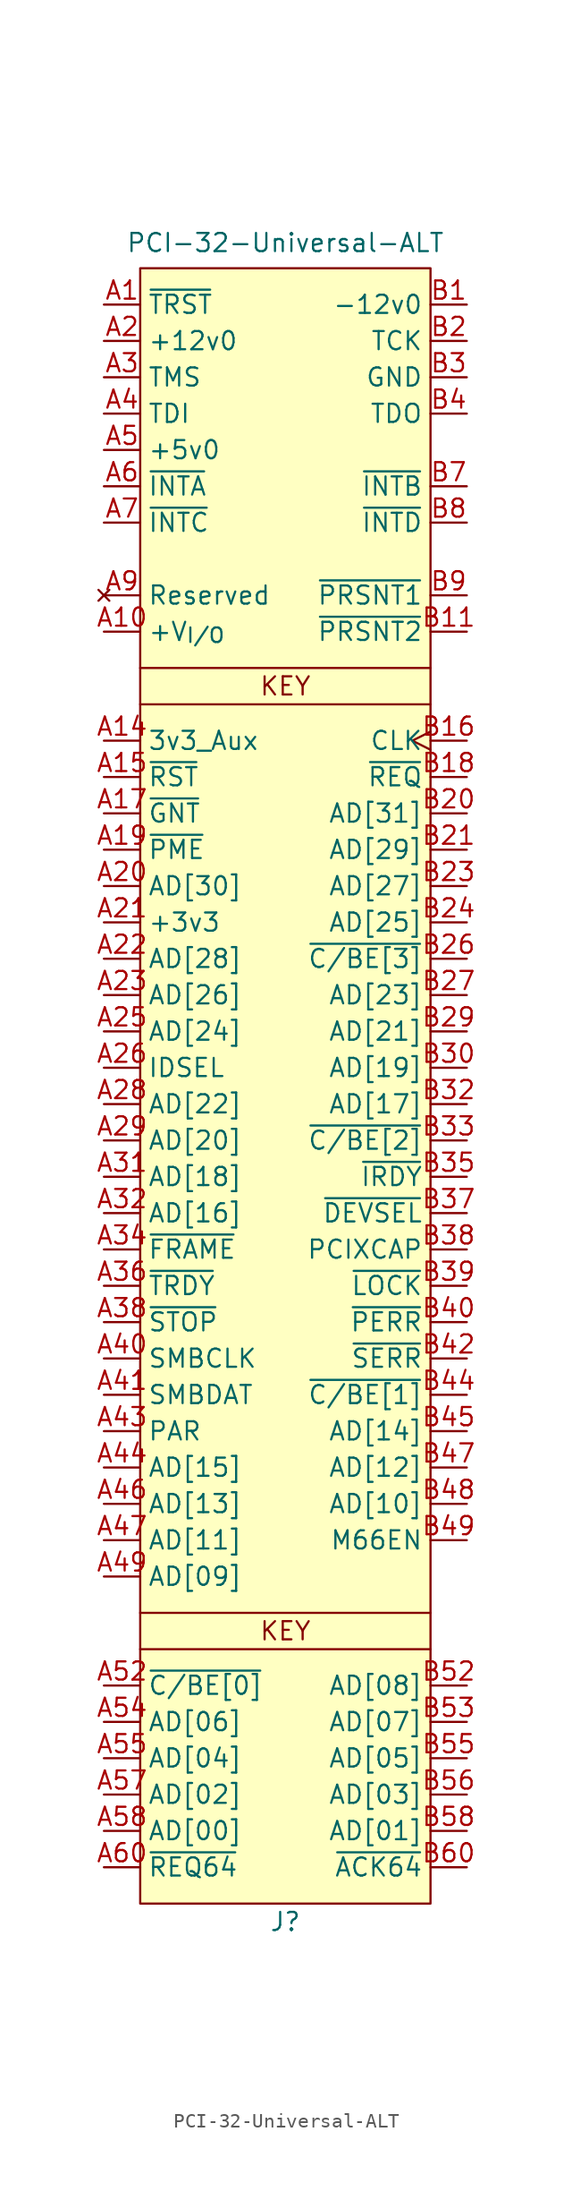
<source format=kicad_sym>
(kicad_symbol_lib
  (version 20241209)
  (generator "kicad_symbol_editor")
  (generator_version "9.0")
  (symbol "PCI-32-Universal-ALT"
    (property "Reference" "J"
      (at 0 -83.82 0)
      (effects (font (size 1.27 1.27))))
    (property "Value" "PCI-32-Universal-ALT"
      (at 0 33.528 0)
      (effects (font (size 1.27 1.27))))
    (symbol "PCI-32-Universal-ALT_1_1"
      (rectangle (start -10.16 31.75) (end 10.16 -82.55) (stroke (width 0) (type solid)) (fill (type background)))
      (polyline (pts (xy -10.16 3.81) (xy 10.16 3.81)) (stroke (width 0) (type default)) (fill (type none)))
      (polyline (pts (xy -10.16 1.27) (xy 10.16 1.27)) (stroke (width 0) (type default)) (fill (type none)))
      (polyline (pts (xy -10.16 -62.23) (xy 10.16 -62.23)) (stroke (width 0) (type default)) (fill (type none)))
      (polyline (pts (xy -10.16 -64.77) (xy 10.16 -64.77)) (stroke (width 0) (type default)) (fill (type none)))
      (text "KEY" (at 0 2.54 0) (effects (font (size 1.27 1.27))))
      (text "KEY" (at 0 -63.5 0) (effects (font (size 1.27 1.27))))
      (pin input line (at -12.7 29.21 0) (length 2.54) (name "~{TRST}" (effects (font (size 1.27 1.27)))) (number "A1" (effects (font (size 1.27 1.27)))))
      (pin power_in line (at -12.7 26.67 0) (length 2.54) (name "+12v0" (effects (font (size 1.27 1.27)))) (number "A2" (effects (font (size 1.27 1.27)))))
      (pin input line (at -12.7 24.13 0) (length 2.54) (name "TMS" (effects (font (size 1.27 1.27)))) (number "A3" (effects (font (size 1.27 1.27)))))
      (pin input line (at -12.7 21.59 0) (length 2.54) (name "TDI" (effects (font (size 1.27 1.27)))) (number "A4" (effects (font (size 1.27 1.27)))))
      (pin power_in line (at -12.7 19.05 0) (length 2.54) (name "+5v0" (effects (font (size 1.27 1.27)))) (number "A5" (effects (font (size 1.27 1.27)))))
      (pin passive line (at -12.7 19.05 0) (length 2.54) (hide yes) (name "+5v0" (effects (font (size 1.27 1.27)))) (number "A61" (effects (font (size 1.27 1.27)))))
      (pin passive line (at -12.7 19.05 0) (length 2.54) (hide yes) (name "+5v0" (effects (font (size 1.27 1.27)))) (number "A62" (effects (font (size 1.27 1.27)))))
      (pin passive line (at -12.7 19.05 0) (length 2.54) (hide yes) (name "+5v0" (effects (font (size 1.27 1.27)))) (number "A8" (effects (font (size 1.27 1.27)))))
      (pin passive line (at -12.7 19.05 0) (length 2.54) (hide yes) (name "+5v0" (effects (font (size 1.27 1.27)))) (number "B5" (effects (font (size 1.27 1.27)))))
      (pin passive line (at -12.7 19.05 0) (length 2.54) (hide yes) (name "+5v0" (effects (font (size 1.27 1.27)))) (number "B6" (effects (font (size 1.27 1.27)))))
      (pin passive line (at -12.7 19.05 0) (length 2.54) (hide yes) (name "+5v0" (effects (font (size 1.27 1.27)))) (number "B61" (effects (font (size 1.27 1.27)))))
      (pin passive line (at -12.7 19.05 0) (length 2.54) (hide yes) (name "+5v0" (effects (font (size 1.27 1.27)))) (number "B62" (effects (font (size 1.27 1.27)))))
      (pin open_emitter line (at -12.7 16.51 0) (length 2.54) (name "~{INTA}" (effects (font (size 1.27 1.27)))) (number "A6" (effects (font (size 1.27 1.27)))))
      (pin open_emitter line (at -12.7 13.97 0) (length 2.54) (name "~{INTC}" (effects (font (size 1.27 1.27)))) (number "A7" (effects (font (size 1.27 1.27)))))
      (pin passive line (at -12.7 8.89 0) (length 2.54) (hide yes) (name "Reserved" (effects (font (size 1.27 1.27)))) (number "A11" (effects (font (size 1.27 1.27)))))
      (pin no_connect line (at -12.7 8.89 0) (length 2.54) (name "Reserved" (effects (font (size 1.27 1.27)))) (number "A9" (effects (font (size 1.27 1.27)))))
      (pin passive line (at -12.7 8.89 0) (length 2.54) (hide yes) (name "Reserved" (effects (font (size 1.27 1.27)))) (number "B10" (effects (font (size 1.27 1.27)))))
      (pin passive line (at -12.7 8.89 0) (length 2.54) (hide yes) (name "Reserved" (effects (font (size 1.27 1.27)))) (number "B14" (effects (font (size 1.27 1.27)))))
      (pin power_in line (at -12.7 6.35 0) (length 2.54) (name "+V_{I/O}" (effects (font (size 1.27 1.27)))) (number "A10" (effects (font (size 1.27 1.27)))))
      (pin passive line (at -12.7 6.35 0) (length 2.54) (hide yes) (name "+V_{I/O}" (effects (font (size 1.27 1.27)))) (number "A16" (effects (font (size 1.27 1.27)))))
      (pin passive line (at -12.7 6.35 0) (length 2.54) (hide yes) (name "+V_{I/O}" (effects (font (size 1.27 1.27)))) (number "A59" (effects (font (size 1.27 1.27)))))
      (pin passive line (at -12.7 6.35 0) (length 2.54) (hide yes) (name "+V_{I/O}" (effects (font (size 1.27 1.27)))) (number "B19" (effects (font (size 1.27 1.27)))))
      (pin passive line (at -12.7 6.35 0) (length 2.54) (hide yes) (name "+V_{I/O}" (effects (font (size 1.27 1.27)))) (number "B59" (effects (font (size 1.27 1.27)))))
      (pin power_in line (at -12.7 -1.27 0) (length 2.54) (name "3v3_Aux" (effects (font (size 1.27 1.27)))) (number "A14" (effects (font (size 1.27 1.27)))))
      (pin input line (at -12.7 -3.81 0) (length 2.54) (name "~{RST}" (effects (font (size 1.27 1.27)))) (number "A15" (effects (font (size 1.27 1.27)))))
      (pin tri_state line (at -12.7 -6.35 0) (length 2.54) (name "~{GNT}" (effects (font (size 1.27 1.27)))) (number "A17" (effects (font (size 1.27 1.27)))))
      (pin open_emitter line (at -12.7 -8.89 0) (length 2.54) (name "~{PME}" (effects (font (size 1.27 1.27)))) (number "A19" (effects (font (size 1.27 1.27)))))
      (pin tri_state line (at -12.7 -11.43 0) (length 2.54) (name "AD[30]" (effects (font (size 1.27 1.27)))) (number "A20" (effects (font (size 1.27 1.27)))))
      (pin power_in line (at -12.7 -13.97 0) (length 2.54) (name "+3v3" (effects (font (size 1.27 1.27)))) (number "A21" (effects (font (size 1.27 1.27)))))
      (pin passive line (at -12.7 -13.97 0) (length 2.54) (hide yes) (name "+3v3" (effects (font (size 1.27 1.27)))) (number "A27" (effects (font (size 1.27 1.27)))))
      (pin passive line (at -12.7 -13.97 0) (length 2.54) (hide yes) (name "+3v3" (effects (font (size 1.27 1.27)))) (number "A33" (effects (font (size 1.27 1.27)))))
      (pin passive line (at -12.7 -13.97 0) (length 2.54) (hide yes) (name "+3v3" (effects (font (size 1.27 1.27)))) (number "A39" (effects (font (size 1.27 1.27)))))
      (pin passive line (at -12.7 -13.97 0) (length 2.54) (hide yes) (name "+3v3" (effects (font (size 1.27 1.27)))) (number "A45" (effects (font (size 1.27 1.27)))))
      (pin passive line (at -12.7 -13.97 0) (length 2.54) (hide yes) (name "+3v3" (effects (font (size 1.27 1.27)))) (number "A53" (effects (font (size 1.27 1.27)))))
      (pin passive line (at -12.7 -13.97 0) (length 2.54) (hide yes) (name "+3v3" (effects (font (size 1.27 1.27)))) (number "B25" (effects (font (size 1.27 1.27)))))
      (pin passive line (at -12.7 -13.97 0) (length 2.54) (hide yes) (name "+3v3" (effects (font (size 1.27 1.27)))) (number "B31" (effects (font (size 1.27 1.27)))))
      (pin passive line (at -12.7 -13.97 0) (length 2.54) (hide yes) (name "+3v3" (effects (font (size 1.27 1.27)))) (number "B36" (effects (font (size 1.27 1.27)))))
      (pin passive line (at -12.7 -13.97 0) (length 2.54) (hide yes) (name "+3v3" (effects (font (size 1.27 1.27)))) (number "B41" (effects (font (size 1.27 1.27)))))
      (pin passive line (at -12.7 -13.97 0) (length 2.54) (hide yes) (name "+3v3" (effects (font (size 1.27 1.27)))) (number "B43" (effects (font (size 1.27 1.27)))))
      (pin passive line (at -12.7 -13.97 0) (length 2.54) (hide yes) (name "+3v3" (effects (font (size 1.27 1.27)))) (number "B54" (effects (font (size 1.27 1.27)))))
      (pin tri_state line (at -12.7 -16.51 0) (length 2.54) (name "AD[28]" (effects (font (size 1.27 1.27)))) (number "A22" (effects (font (size 1.27 1.27)))))
      (pin tri_state line (at -12.7 -19.05 0) (length 2.54) (name "AD[26]" (effects (font (size 1.27 1.27)))) (number "A23" (effects (font (size 1.27 1.27)))))
      (pin tri_state line (at -12.7 -21.59 0) (length 2.54) (name "AD[24]" (effects (font (size 1.27 1.27)))) (number "A25" (effects (font (size 1.27 1.27)))))
      (pin input line (at -12.7 -24.13 0) (length 2.54) (name "IDSEL" (effects (font (size 1.27 1.27)))) (number "A26" (effects (font (size 1.27 1.27)))))
      (pin tri_state line (at -12.7 -26.67 0) (length 2.54) (name "AD[22]" (effects (font (size 1.27 1.27)))) (number "A28" (effects (font (size 1.27 1.27)))))
      (pin tri_state line (at -12.7 -29.21 0) (length 2.54) (name "AD[20]" (effects (font (size 1.27 1.27)))) (number "A29" (effects (font (size 1.27 1.27)))))
      (pin tri_state line (at -12.7 -31.75 0) (length 2.54) (name "AD[18]" (effects (font (size 1.27 1.27)))) (number "A31" (effects (font (size 1.27 1.27)))))
      (pin tri_state line (at -12.7 -34.29 0) (length 2.54) (name "AD[16]" (effects (font (size 1.27 1.27)))) (number "A32" (effects (font (size 1.27 1.27)))))
      (pin tri_state line (at -12.7 -36.83 0) (length 2.54) (name "~{FRAME}" (effects (font (size 1.27 1.27)))) (number "A34" (effects (font (size 1.27 1.27)))))
      (pin tri_state line (at -12.7 -39.37 0) (length 2.54) (name "~{TRDY}" (effects (font (size 1.27 1.27)))) (number "A36" (effects (font (size 1.27 1.27)))))
      (pin tri_state line (at -12.7 -41.91 0) (length 2.54) (name "~{STOP}" (effects (font (size 1.27 1.27)))) (number "A38" (effects (font (size 1.27 1.27)))))
      (pin open_emitter line (at -12.7 -44.45 0) (length 2.54) (name "SMBCLK" (effects (font (size 1.27 1.27)))) (number "A40" (effects (font (size 1.27 1.27)))))
      (pin open_emitter line (at -12.7 -46.99 0) (length 2.54) (name "SMBDAT" (effects (font (size 1.27 1.27)))) (number "A41" (effects (font (size 1.27 1.27)))))
      (pin tri_state line (at -12.7 -49.53 0) (length 2.54) (name "PAR" (effects (font (size 1.27 1.27)))) (number "A43" (effects (font (size 1.27 1.27)))))
      (pin tri_state line (at -12.7 -52.07 0) (length 2.54) (name "AD[15]" (effects (font (size 1.27 1.27)))) (number "A44" (effects (font (size 1.27 1.27)))))
      (pin tri_state line (at -12.7 -54.61 0) (length 2.54) (name "AD[13]" (effects (font (size 1.27 1.27)))) (number "A46" (effects (font (size 1.27 1.27)))))
      (pin tri_state line (at -12.7 -57.15 0) (length 2.54) (name "AD[11]" (effects (font (size 1.27 1.27)))) (number "A47" (effects (font (size 1.27 1.27)))))
      (pin tri_state line (at -12.7 -59.69 0) (length 2.54) (name "AD[09]" (effects (font (size 1.27 1.27)))) (number "A49" (effects (font (size 1.27 1.27)))))
      (pin tri_state line (at -12.7 -67.31 0) (length 2.54) (name "~{C/BE[0]}" (effects (font (size 1.27 1.27)))) (number "A52" (effects (font (size 1.27 1.27)))))
      (pin tri_state line (at -12.7 -69.85 0) (length 2.54) (name "AD[06]" (effects (font (size 1.27 1.27)))) (number "A54" (effects (font (size 1.27 1.27)))))
      (pin tri_state line (at -12.7 -72.39 0) (length 2.54) (name "AD[04]" (effects (font (size 1.27 1.27)))) (number "A55" (effects (font (size 1.27 1.27)))))
      (pin tri_state line (at -12.7 -74.93 0) (length 2.54) (name "AD[02]" (effects (font (size 1.27 1.27)))) (number "A57" (effects (font (size 1.27 1.27)))))
      (pin tri_state line (at -12.7 -77.47 0) (length 2.54) (name "AD[00]" (effects (font (size 1.27 1.27)))) (number "A58" (effects (font (size 1.27 1.27)))))
      (pin tri_state line (at -12.7 -80.01 0) (length 2.54) (name "~{REQ64}" (effects (font (size 1.27 1.27)))) (number "A60" (effects (font (size 1.27 1.27)))))
      (pin power_in line (at 12.7 29.21 180) (length 2.54) (name "-12v0" (effects (font (size 1.27 1.27)))) (number "B1" (effects (font (size 1.27 1.27)))))
      (pin input line (at 12.7 26.67 180) (length 2.54) (name "TCK" (effects (font (size 1.27 1.27)))) (number "B2" (effects (font (size 1.27 1.27)))))
      (pin passive line (at 12.7 24.13 180) (length 2.54) (hide yes) (name "GND" (effects (font (size 1.27 1.27)))) (number "A18" (effects (font (size 1.27 1.27)))))
      (pin passive line (at 12.7 24.13 180) (length 2.54) (hide yes) (name "GND" (effects (font (size 1.27 1.27)))) (number "A24" (effects (font (size 1.27 1.27)))))
      (pin passive line (at 12.7 24.13 180) (length 2.54) (hide yes) (name "GND" (effects (font (size 1.27 1.27)))) (number "A30" (effects (font (size 1.27 1.27)))))
      (pin passive line (at 12.7 24.13 180) (length 2.54) (hide yes) (name "GND" (effects (font (size 1.27 1.27)))) (number "A35" (effects (font (size 1.27 1.27)))))
      (pin passive line (at 12.7 24.13 180) (length 2.54) (hide yes) (name "GND" (effects (font (size 1.27 1.27)))) (number "A37" (effects (font (size 1.27 1.27)))))
      (pin passive line (at 12.7 24.13 180) (length 2.54) (hide yes) (name "GND" (effects (font (size 1.27 1.27)))) (number "A42" (effects (font (size 1.27 1.27)))))
      (pin passive line (at 12.7 24.13 180) (length 2.54) (hide yes) (name "GND" (effects (font (size 1.27 1.27)))) (number "A48" (effects (font (size 1.27 1.27)))))
      (pin passive line (at 12.7 24.13 180) (length 2.54) (hide yes) (name "GND" (effects (font (size 1.27 1.27)))) (number "A56" (effects (font (size 1.27 1.27)))))
      (pin passive line (at 12.7 24.13 180) (length 2.54) (hide yes) (name "GND" (effects (font (size 1.27 1.27)))) (number "B15" (effects (font (size 1.27 1.27)))))
      (pin passive line (at 12.7 24.13 180) (length 2.54) (hide yes) (name "GND" (effects (font (size 1.27 1.27)))) (number "B17" (effects (font (size 1.27 1.27)))))
      (pin passive line (at 12.7 24.13 180) (length 2.54) (hide yes) (name "GND" (effects (font (size 1.27 1.27)))) (number "B22" (effects (font (size 1.27 1.27)))))
      (pin passive line (at 12.7 24.13 180) (length 2.54) (hide yes) (name "GND" (effects (font (size 1.27 1.27)))) (number "B28" (effects (font (size 1.27 1.27)))))
      (pin power_in line (at 12.7 24.13 180) (length 2.54) (name "GND" (effects (font (size 1.27 1.27)))) (number "B3" (effects (font (size 1.27 1.27)))))
      (pin passive line (at 12.7 24.13 180) (length 2.54) (hide yes) (name "GND" (effects (font (size 1.27 1.27)))) (number "B34" (effects (font (size 1.27 1.27)))))
      (pin passive line (at 12.7 24.13 180) (length 2.54) (hide yes) (name "GND" (effects (font (size 1.27 1.27)))) (number "B46" (effects (font (size 1.27 1.27)))))
      (pin passive line (at 12.7 24.13 180) (length 2.54) (hide yes) (name "GND" (effects (font (size 1.27 1.27)))) (number "B57" (effects (font (size 1.27 1.27)))))
      (pin output line (at 12.7 21.59 180) (length 2.54) (name "TDO" (effects (font (size 1.27 1.27)))) (number "B4" (effects (font (size 1.27 1.27)))))
      (pin open_emitter line (at 12.7 16.51 180) (length 2.54) (name "~{INTB}" (effects (font (size 1.27 1.27)))) (number "B7" (effects (font (size 1.27 1.27)))))
      (pin open_emitter line (at 12.7 13.97 180) (length 2.54) (name "~{INTD}" (effects (font (size 1.27 1.27)))) (number "B8" (effects (font (size 1.27 1.27)))))
      (pin input line (at 12.7 8.89 180) (length 2.54) (name "~{PRSNT1}" (effects (font (size 1.27 1.27)))) (number "B9" (effects (font (size 1.27 1.27)))))
      (pin input line (at 12.7 6.35 180) (length 2.54) (name "~{PRSNT2}" (effects (font (size 1.27 1.27)))) (number "B11" (effects (font (size 1.27 1.27)))))
      (pin input clock (at 12.7 -1.27 180) (length 2.54) (name "CLK" (effects (font (size 1.27 1.27)))) (number "B16" (effects (font (size 1.27 1.27)))))
      (pin tri_state line (at 12.7 -3.81 180) (length 2.54) (name "~{REQ}" (effects (font (size 1.27 1.27)))) (number "B18" (effects (font (size 1.27 1.27)))))
      (pin tri_state line (at 12.7 -6.35 180) (length 2.54) (name "AD[31]" (effects (font (size 1.27 1.27)))) (number "B20" (effects (font (size 1.27 1.27)))))
      (pin tri_state line (at 12.7 -8.89 180) (length 2.54) (name "AD[29]" (effects (font (size 1.27 1.27)))) (number "B21" (effects (font (size 1.27 1.27)))))
      (pin tri_state line (at 12.7 -11.43 180) (length 2.54) (name "AD[27]" (effects (font (size 1.27 1.27)))) (number "B23" (effects (font (size 1.27 1.27)))))
      (pin tri_state line (at 12.7 -13.97 180) (length 2.54) (name "AD[25]" (effects (font (size 1.27 1.27)))) (number "B24" (effects (font (size 1.27 1.27)))))
      (pin tri_state line (at 12.7 -16.51 180) (length 2.54) (name "~{C/BE[3]}" (effects (font (size 1.27 1.27)))) (number "B26" (effects (font (size 1.27 1.27)))))
      (pin tri_state line (at 12.7 -19.05 180) (length 2.54) (name "AD[23]" (effects (font (size 1.27 1.27)))) (number "B27" (effects (font (size 1.27 1.27)))))
      (pin tri_state line (at 12.7 -21.59 180) (length 2.54) (name "AD[21]" (effects (font (size 1.27 1.27)))) (number "B29" (effects (font (size 1.27 1.27)))))
      (pin tri_state line (at 12.7 -24.13 180) (length 2.54) (name "AD[19]" (effects (font (size 1.27 1.27)))) (number "B30" (effects (font (size 1.27 1.27)))))
      (pin tri_state line (at 12.7 -26.67 180) (length 2.54) (name "AD[17]" (effects (font (size 1.27 1.27)))) (number "B32" (effects (font (size 1.27 1.27)))))
      (pin tri_state line (at 12.7 -29.21 180) (length 2.54) (name "~{C/BE[2]}" (effects (font (size 1.27 1.27)))) (number "B33" (effects (font (size 1.27 1.27)))))
      (pin tri_state line (at 12.7 -31.75 180) (length 2.54) (name "~{IRDY}" (effects (font (size 1.27 1.27)))) (number "B35" (effects (font (size 1.27 1.27)))))
      (pin tri_state line (at 12.7 -34.29 180) (length 2.54) (name "~{DEVSEL}" (effects (font (size 1.27 1.27)))) (number "B37" (effects (font (size 1.27 1.27)))))
      (pin passive line (at 12.7 -36.83 180) (length 2.54) (name "PCIXCAP" (effects (font (size 1.27 1.27)))) (number "B38" (effects (font (size 1.27 1.27)))))
      (pin tri_state line (at 12.7 -39.37 180) (length 2.54) (name "~{LOCK}" (effects (font (size 1.27 1.27)))) (number "B39" (effects (font (size 1.27 1.27)))))
      (pin tri_state line (at 12.7 -41.91 180) (length 2.54) (name "~{PERR}" (effects (font (size 1.27 1.27)))) (number "B40" (effects (font (size 1.27 1.27)))))
      (pin open_emitter line (at 12.7 -44.45 180) (length 2.54) (name "~{SERR}" (effects (font (size 1.27 1.27)))) (number "B42" (effects (font (size 1.27 1.27)))))
      (pin tri_state line (at 12.7 -46.99 180) (length 2.54) (name "~{C/BE[1]}" (effects (font (size 1.27 1.27)))) (number "B44" (effects (font (size 1.27 1.27)))))
      (pin tri_state line (at 12.7 -49.53 180) (length 2.54) (name "AD[14]" (effects (font (size 1.27 1.27)))) (number "B45" (effects (font (size 1.27 1.27)))))
      (pin tri_state line (at 12.7 -52.07 180) (length 2.54) (name "AD[12]" (effects (font (size 1.27 1.27)))) (number "B47" (effects (font (size 1.27 1.27)))))
      (pin tri_state line (at 12.7 -54.61 180) (length 2.54) (name "AD[10]" (effects (font (size 1.27 1.27)))) (number "B48" (effects (font (size 1.27 1.27)))))
      (pin input line (at 12.7 -57.15 180) (length 2.54) (name "M66EN" (effects (font (size 1.27 1.27)))) (number "B49" (effects (font (size 1.27 1.27)))))
      (pin tri_state line (at 12.7 -67.31 180) (length 2.54) (name "AD[08]" (effects (font (size 1.27 1.27)))) (number "B52" (effects (font (size 1.27 1.27)))))
      (pin tri_state line (at 12.7 -69.85 180) (length 2.54) (name "AD[07]" (effects (font (size 1.27 1.27)))) (number "B53" (effects (font (size 1.27 1.27)))))
      (pin tri_state line (at 12.7 -72.39 180) (length 2.54) (name "AD[05]" (effects (font (size 1.27 1.27)))) (number "B55" (effects (font (size 1.27 1.27)))))
      (pin tri_state line (at 12.7 -74.93 180) (length 2.54) (name "AD[03]" (effects (font (size 1.27 1.27)))) (number "B56" (effects (font (size 1.27 1.27)))))
      (pin tri_state line (at 12.7 -77.47 180) (length 2.54) (name "AD[01]" (effects (font (size 1.27 1.27)))) (number "B58" (effects (font (size 1.27 1.27)))))
      (pin tri_state line (at 12.7 -80.01 180) (length 2.54) (name "~{ACK64}" (effects (font (size 1.27 1.27)))) (number "B60" (effects (font (size 1.27 1.27))))))))
</source>
